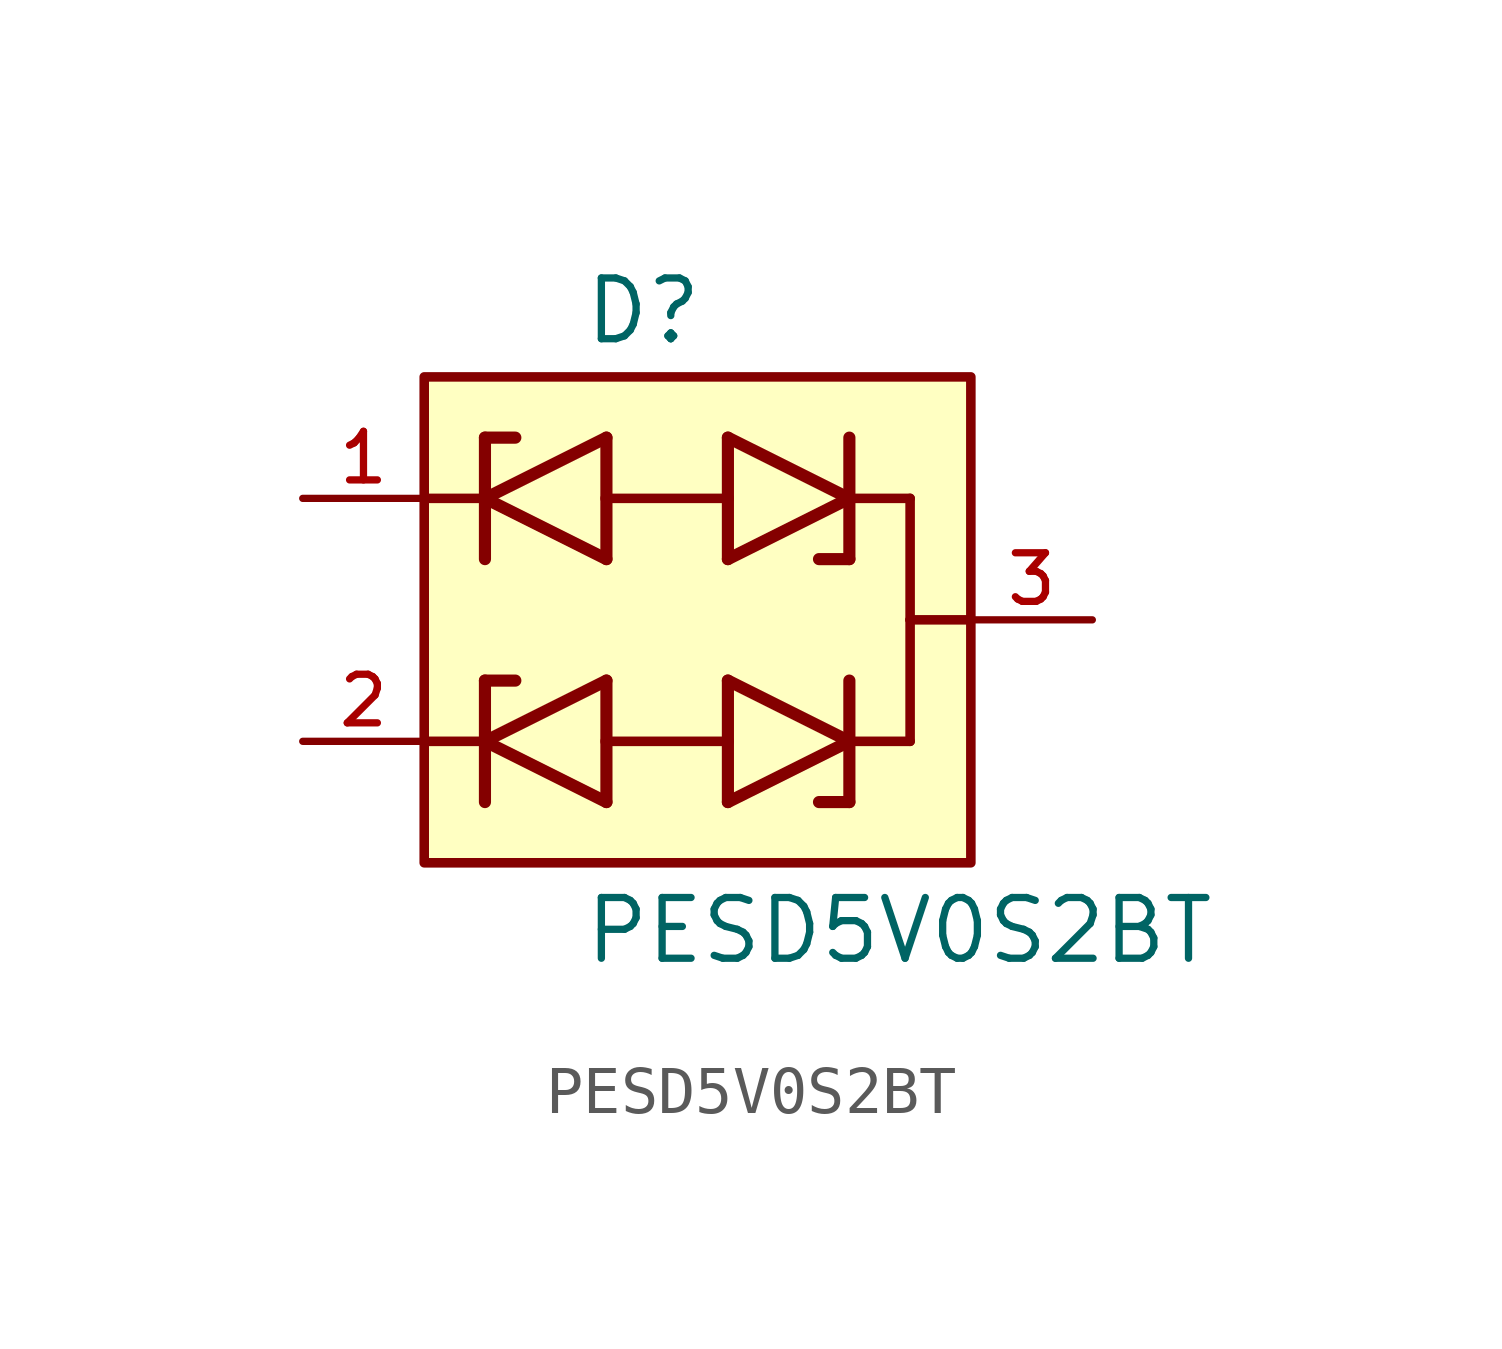
<source format=kicad_sym>
(kicad_symbol_lib
  (version 20211014)
  (generator kicad_symbol_editor)
  (symbol "PESD5V0S2BT"
    (pin_names
      (offset 1.016))
    (property "Reference" "D"
      (at -1.778 5.715 0)
      (effects (font (size 1.27 1.27)) (justify bottom left)))
    (property "Value" "PESD5V0S2BT"
      (at -1.778 -7.239 0)
      (effects (font (size 1.27 1.27)) (justify bottom left)))
    (symbol "PESD5V0S2BT_0_0"
      (polyline (pts (xy 1.27 -3.81) (xy 3.81 -2.54)) (stroke (width 0.254)))
      (polyline (pts (xy 3.81 -2.54) (xy 1.27 -1.27)) (stroke (width 0.254)))
      (polyline (pts (xy 3.81 -1.27) (xy 3.81 -2.54)) (stroke (width 0.254)))
      (polyline (pts (xy 1.27 -1.27) (xy 1.27 -2.54)) (stroke (width 0.254)))
      (polyline (pts (xy 1.27 -2.54) (xy 1.27 -3.81)) (stroke (width 0.254)))
      (polyline (pts (xy 3.81 -2.54) (xy 3.81 -3.81)) (stroke (width 0.254)))
      (polyline (pts (xy 3.81 -3.81) (xy 3.175 -3.81)) (stroke (width 0.254)))
      (polyline (pts (xy -1.27 -1.27) (xy -3.81 -2.54)) (stroke (width 0.254)))
      (polyline (pts (xy -3.81 -2.54) (xy -1.27 -3.81)) (stroke (width 0.254)))
      (polyline (pts (xy -3.81 -3.81) (xy -3.81 -2.54)) (stroke (width 0.254)))
      (polyline (pts (xy -1.27 -3.81) (xy -1.27 -2.54)) (stroke (width 0.254)))
      (polyline (pts (xy -1.27 -2.54) (xy -1.27 -1.27)) (stroke (width 0.254)))
      (polyline (pts (xy -3.81 -2.54) (xy -3.81 -1.27)) (stroke (width 0.254)))
      (polyline (pts (xy -3.81 -1.27) (xy -3.175 -1.27)) (stroke (width 0.254)))
      (polyline (pts (xy -1.27 3.81) (xy -3.81 2.54)) (stroke (width 0.254)))
      (polyline (pts (xy -3.81 2.54) (xy -1.27 1.27)) (stroke (width 0.254)))
      (polyline (pts (xy -3.81 1.27) (xy -3.81 2.54)) (stroke (width 0.254)))
      (polyline (pts (xy -1.27 1.27) (xy -1.27 2.54)) (stroke (width 0.254)))
      (polyline (pts (xy -1.27 2.54) (xy -1.27 3.81)) (stroke (width 0.254)))
      (polyline (pts (xy -3.81 2.54) (xy -3.81 3.81)) (stroke (width 0.254)))
      (polyline (pts (xy -3.81 3.81) (xy -3.175 3.81)) (stroke (width 0.254)))
      (polyline (pts (xy 1.27 1.27) (xy 3.81 2.54)) (stroke (width 0.254)))
      (polyline (pts (xy 3.81 2.54) (xy 1.27 3.81)) (stroke (width 0.254)))
      (polyline (pts (xy 3.81 3.81) (xy 3.81 2.54)) (stroke (width 0.254)))
      (polyline (pts (xy 1.27 3.81) (xy 1.27 2.54)) (stroke (width 0.254)))
      (polyline (pts (xy 1.27 2.54) (xy 1.27 1.27)) (stroke (width 0.254)))
      (polyline (pts (xy 3.81 2.54) (xy 3.81 1.27)) (stroke (width 0.254)))
      (polyline (pts (xy 3.81 1.27) (xy 3.175 1.27)) (stroke (width 0.254)))
      (polyline (pts (xy 3.81 -2.54) (xy 5.08 -2.54)) (stroke (width 0.2)))
      (polyline (pts (xy 5.08 -2.54) (xy 5.08 0.0)) (stroke (width 0.2)))
      (polyline (pts (xy 5.08 0.0) (xy 5.08 2.54)) (stroke (width 0.2)))
      (polyline (pts (xy 5.08 2.54) (xy 3.81 2.54)) (stroke (width 0.2)))
      (polyline (pts (xy -1.27 -2.54) (xy 1.27 -2.54)) (stroke (width 0.2)))
      (polyline (pts (xy -1.27 2.54) (xy 1.27 2.54)) (stroke (width 0.2)))
      (polyline (pts (xy 6.35 0.0) (xy 5.08 0.0)) (stroke (width 0.2)))
      (polyline (pts (xy -3.81 2.54) (xy -5.08 2.54)) (stroke (width 0.2)))
      (polyline (pts (xy -5.08 -2.54) (xy -3.81 -2.54)) (stroke (width 0.2)))
      (rectangle (start -5.08 -5.08) (end 6.35 5.08) (stroke (width 0.2)) (fill (type background)))
      (pin passive line (at -7.62 -2.54 0) (length 2.54) (name "~" (effects (font (size 1.016 1.016)))) (number "2" (effects (font (size 1.016 1.016)))))
      (pin passive line (at 8.89 0.0 180.0) (length 2.54) (name "~" (effects (font (size 1.016 1.016)))) (number "3" (effects (font (size 1.016 1.016)))))
      (pin passive line (at -7.62 2.54 0) (length 2.54) (name "~" (effects (font (size 1.016 1.016)))) (number "1" (effects (font (size 1.016 1.016))))))))
</source>
